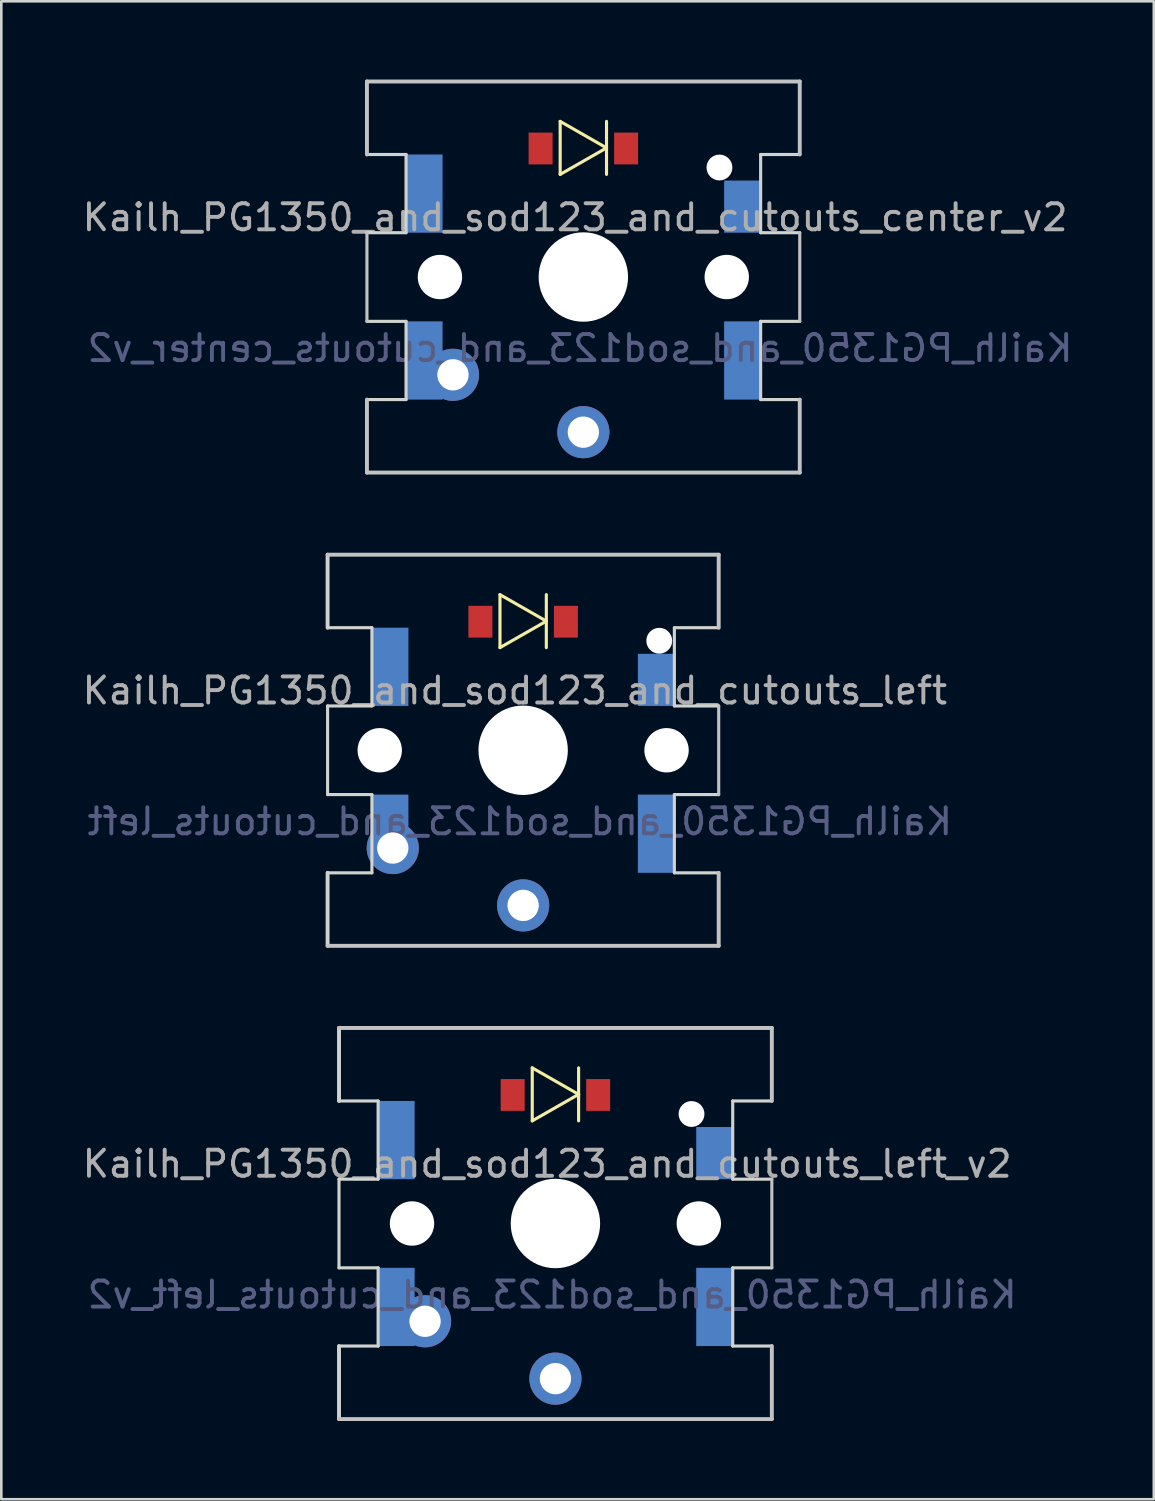
<source format=kicad_pcb>
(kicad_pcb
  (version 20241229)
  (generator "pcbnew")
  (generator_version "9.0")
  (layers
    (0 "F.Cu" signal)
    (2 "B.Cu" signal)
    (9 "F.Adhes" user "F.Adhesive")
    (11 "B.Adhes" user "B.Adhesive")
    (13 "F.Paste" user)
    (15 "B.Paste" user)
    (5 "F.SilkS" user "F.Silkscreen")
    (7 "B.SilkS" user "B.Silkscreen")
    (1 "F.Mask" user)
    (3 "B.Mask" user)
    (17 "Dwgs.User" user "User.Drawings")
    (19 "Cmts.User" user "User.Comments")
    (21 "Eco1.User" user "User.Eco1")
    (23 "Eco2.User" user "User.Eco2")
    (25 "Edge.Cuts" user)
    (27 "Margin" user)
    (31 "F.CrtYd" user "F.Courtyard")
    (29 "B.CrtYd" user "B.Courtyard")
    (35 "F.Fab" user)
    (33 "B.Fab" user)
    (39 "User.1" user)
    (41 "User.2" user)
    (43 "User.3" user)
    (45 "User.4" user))
  (footprint "Kailh_PG1350_and_sod123_and_cutouts_center_v2"
    (layer "F.Cu")
    (at 19.323 7.575)
    (property "Reference" "Kailh_PG1350_and_sod123_and_cutouts_center_v2" (at -0.318 -2.286 0) (layer "F.Fab") (effects (font (size 1 1) (thickness 0.15))))
    (attr smd)
    (fp_line (start -0.889 -5.969) (end -0.889 -3.937) (stroke (width 0.12) (type solid)) (layer "F.SilkS"))
    (fp_line (start -0.889 -5.969) (end 0.889 -4.953) (stroke (width 0.12) (type solid)) (layer "F.SilkS"))
    (fp_line (start 0.889 -4.953) (end -0.889 -3.937) (stroke (width 0.12) (type solid)) (layer "F.SilkS"))
    (fp_line (start 0.889 -3.937) (end 0.889 -5.969) (stroke (width 0.12) (type solid)) (layer "F.SilkS"))
    (fp_line (start -8.3 -7.5) (end 8.3 -7.5) (stroke (width 0.15) (type solid)) (layer "Dwgs.User"))
    (fp_line (start -8.3 -4.7) (end -8.3 -7.5) (stroke (width 0.15) (type solid)) (layer "Dwgs.User"))
    (fp_line (start -8.3 1.7) (end -8.3 -1.7) (stroke (width 0.12) (type solid)) (layer "Dwgs.User"))
    (fp_line (start -8.3 7.5) (end -8.3 4.7) (stroke (width 0.15) (type solid)) (layer "Dwgs.User"))
    (fp_line (start 8.3 -7.5) (end 8.3 -4.7) (stroke (width 0.15) (type solid)) (layer "Dwgs.User"))
    (fp_line (start 8.3 1.7) (end 8.3 -1.7) (stroke (width 0.12) (type solid)) (layer "Dwgs.User"))
    (fp_line (start 8.3 7.5) (end -8.3 7.5) (stroke (width 0.15) (type solid)) (layer "Dwgs.User"))
    (fp_line (start 8.3 7.5) (end 8.3 4.7) (stroke (width 0.15) (type solid)) (layer "Dwgs.User"))
    (fp_line (start -8.3 -4.7) (end -6.8 -4.7) (stroke (width 0.12) (type solid)) (layer "Edge.Cuts"))
    (fp_line (start -8.3 -1.7) (end -6.8 -1.7) (stroke (width 0.12) (type solid)) (layer "Edge.Cuts"))
    (fp_line (start -8.3 1.7) (end -6.8 1.7) (stroke (width 0.12) (type solid)) (layer "Edge.Cuts"))
    (fp_line (start -8.3 4.7) (end -6.8 4.7) (stroke (width 0.12) (type solid)) (layer "Edge.Cuts"))
    (fp_line (start -6.8 -4.7) (end -6.8 -1.7) (stroke (width 0.12) (type solid)) (layer "Edge.Cuts"))
    (fp_line (start -6.8 4.7) (end -6.8 1.7) (stroke (width 0.12) (type solid)) (layer "Edge.Cuts"))
    (fp_line (start 6.8 -4.7) (end 8.3 -4.7) (stroke (width 0.12) (type solid)) (layer "Edge.Cuts"))
    (fp_line (start 6.8 -1.7) (end 6.8 -4.7) (stroke (width 0.12) (type solid)) (layer "Edge.Cuts"))
    (fp_line (start 6.8 -1.7) (end 8.3 -1.7) (stroke (width 0.12) (type solid)) (layer "Edge.Cuts"))
    (fp_line (start 6.8 1.7) (end 8.3 1.7) (stroke (width 0.12) (type solid)) (layer "Edge.Cuts"))
    (fp_line (start 6.8 4.7) (end 6.8 1.7) (stroke (width 0.12) (type solid)) (layer "Edge.Cuts"))
    (fp_line (start 6.8 4.7) (end 8.3 4.7) (stroke (width 0.12) (type solid)) (layer "Edge.Cuts"))
    (fp_text user "${REFERENCE}" (at -0.127 2.731 0) (layer "B.Fab") (effects (font (size 1 1) (thickness 0.15)) (justify mirror)))
    (pad "" np_thru_hole circle (at -5.5 0) (size 1.702 1.702) (drill 1.702) (layers "*.Cu" "*.Mask"))
    (pad "" np_thru_hole circle (at 0 0) (size 3.429 3.429) (drill 3.429) (layers "*.Cu" "*.Mask"))
    (pad "" np_thru_hole circle (at 5.22 -4.2) (size 0.991 0.991) (drill 0.991) (layers "*.Cu" "*.Mask"))
    (pad "" np_thru_hole circle (at 5.5 0) (size 1.702 1.702) (drill 1.702) (layers "*.Cu" "*.Mask"))
    (pad "1" smd rect (at -6.1 -3.2) (size 1.4 3) (layers "B.Cu" "B.Mask" "B.Paste"))
    (pad "1" smd rect (at -6.1 3.2) (size 1.4 3) (layers "B.Cu" "B.Mask" "B.Paste"))
    (pad "1" thru_hole circle (at -5 3.75) (size 2 2) (drill 1.2) (layers "*.Cu" "*.Mask"))
    (pad "2" thru_hole circle (at 0 5.95) (size 2 2) (drill 1.2) (layers "*.Cu" "*.Mask"))
    (pad "A" smd rect (at -1.64 -4.93) (size 0.92 1.22) (layers "F.Cu" "F.Mask" "F.Paste"))
    (pad "K" smd rect (at 1.64 -4.93) (size 0.92 1.22) (layers "F.Cu" "F.Mask" "F.Paste"))
    (pad "K" smd rect (at 6.1 -2.7) (size 1.4 2) (layers "B.Cu" "B.Mask" "B.Paste"))
    (pad "K" smd rect (at 6.1 3.2) (size 1.4 3) (layers "B.Cu" "B.Mask" "B.Paste")))
  (footprint "Kailh_PG1350_and_sod123_and_cutouts_left_v2"
    (layer "F.Cu")
    (at 18.252 43.875)
    (property "Reference" "Kailh_PG1350_and_sod123_and_cutouts_left_v2" (at -0.318 -2.286 0) (layer "F.Fab") (effects (font (size 1 1) (thickness 0.15))))
    (attr smd)
    (fp_line (start -0.889 -5.969) (end -0.889 -3.937) (stroke (width 0.12) (type solid)) (layer "F.SilkS"))
    (fp_line (start -0.889 -5.969) (end 0.889 -4.953) (stroke (width 0.12) (type solid)) (layer "F.SilkS"))
    (fp_line (start 0.889 -4.953) (end -0.889 -3.937) (stroke (width 0.12) (type solid)) (layer "F.SilkS"))
    (fp_line (start 0.889 -3.937) (end 0.889 -5.969) (stroke (width 0.12) (type solid)) (layer "F.SilkS"))
    (fp_line (start -8.3 -7.5) (end 8.3 -7.5) (stroke (width 0.15) (type solid)) (layer "Dwgs.User"))
    (fp_line (start 8.3 -7.5) (end 8.3 -4.7) (stroke (width 0.15) (type solid)) (layer "Dwgs.User"))
    (fp_line (start 8.3 1.7) (end 8.3 -1.7) (stroke (width 0.12) (type solid)) (layer "Dwgs.User"))
    (fp_line (start 8.3 7.5) (end -8.3 7.5) (stroke (width 0.15) (type solid)) (layer "Dwgs.User"))
    (fp_line (start 8.3 7.5) (end 8.3 4.7) (stroke (width 0.15) (type solid)) (layer "Dwgs.User"))
    (fp_line (start -8.3 -4.7) (end -8.3 -7.5) (stroke (width 0.15) (type solid)) (layer "Edge.Cuts"))
    (fp_line (start -8.3 -4.7) (end -6.8 -4.7) (stroke (width 0.12) (type solid)) (layer "Edge.Cuts"))
    (fp_line (start -8.3 -1.7) (end -6.8 -1.7) (stroke (width 0.12) (type solid)) (layer "Edge.Cuts"))
    (fp_line (start -8.3 1.7) (end -8.3 -1.7) (stroke (width 0.12) (type solid)) (layer "Edge.Cuts"))
    (fp_line (start -8.3 1.7) (end -6.8 1.7) (stroke (width 0.12) (type solid)) (layer "Edge.Cuts"))
    (fp_line (start -8.3 4.7) (end -6.8 4.7) (stroke (width 0.12) (type solid)) (layer "Edge.Cuts"))
    (fp_line (start -8.3 7.5) (end -8.3 4.7) (stroke (width 0.15) (type solid)) (layer "Edge.Cuts"))
    (fp_line (start -6.8 -4.7) (end -6.8 -1.7) (stroke (width 0.12) (type solid)) (layer "Edge.Cuts"))
    (fp_line (start -6.8 4.7) (end -6.8 1.7) (stroke (width 0.12) (type solid)) (layer "Edge.Cuts"))
    (fp_line (start 6.8 -4.7) (end 8.3 -4.7) (stroke (width 0.12) (type solid)) (layer "Edge.Cuts"))
    (fp_line (start 6.8 -1.7) (end 6.8 -4.7) (stroke (width 0.12) (type solid)) (layer "Edge.Cuts"))
    (fp_line (start 6.8 -1.7) (end 8.3 -1.7) (stroke (width 0.12) (type solid)) (layer "Edge.Cuts"))
    (fp_line (start 6.8 1.7) (end 8.3 1.7) (stroke (width 0.12) (type solid)) (layer "Edge.Cuts"))
    (fp_line (start 6.8 4.7) (end 6.8 1.7) (stroke (width 0.12) (type solid)) (layer "Edge.Cuts"))
    (fp_line (start 6.8 4.7) (end 8.3 4.7) (stroke (width 0.12) (type solid)) (layer "Edge.Cuts"))
    (fp_text user "${REFERENCE}" (at -0.127 2.731 0) (layer "B.Fab") (effects (font (size 1 1) (thickness 0.15)) (justify mirror)))
    (pad "" np_thru_hole circle (at -5.5 0) (size 1.702 1.702) (drill 1.702) (layers "*.Cu" "*.Mask"))
    (pad "" np_thru_hole circle (at 0 0) (size 3.429 3.429) (drill 3.429) (layers "*.Cu" "*.Mask"))
    (pad "" np_thru_hole circle (at 5.22 -4.2) (size 0.991 0.991) (drill 0.991) (layers "*.Cu" "*.Mask"))
    (pad "" np_thru_hole circle (at 5.5 0) (size 1.702 1.702) (drill 1.702) (layers "*.Cu" "*.Mask"))
    (pad "1" smd rect (at -6.1 -3.2) (size 1.4 3) (layers "B.Cu" "B.Mask" "B.Paste"))
    (pad "1" smd rect (at -6.1 3.2) (size 1.4 3) (layers "B.Cu" "B.Mask" "B.Paste"))
    (pad "1" thru_hole circle (at -5 3.75) (size 2 2) (drill 1.2) (layers "*.Cu" "*.Mask"))
    (pad "2" thru_hole circle (at 0 5.95) (size 2 2) (drill 1.2) (layers "*.Cu" "*.Mask"))
    (pad "A" smd rect (at -1.64 -4.93) (size 0.92 1.22) (layers "F.Cu" "F.Mask" "F.Paste"))
    (pad "K" smd rect (at 1.64 -4.93) (size 0.92 1.22) (layers "F.Cu" "F.Mask" "F.Paste"))
    (pad "K" smd rect (at 6.1 -2.7) (size 1.4 2) (layers "B.Cu" "B.Mask" "B.Paste"))
    (pad "K" smd rect (at 6.1 3.2) (size 1.4 3) (layers "B.Cu" "B.Mask" "B.Paste")))
  (footprint "Kailh_PG1350_and_sod123_and_cutouts_left"
    (layer "F.Cu")
    (at 17.014 25.725)
    (property "Reference" "Kailh_PG1350_and_sod123_and_cutouts_left" (at -0.318 -2.286 0) (layer "F.Fab") (effects (font (size 1 1) (thickness 0.15))))
    (attr smd)
    (fp_line (start -0.889 -5.969) (end -0.889 -3.937) (stroke (width 0.12) (type solid)) (layer "F.SilkS"))
    (fp_line (start -0.889 -5.969) (end 0.889 -4.953) (stroke (width 0.12) (type solid)) (layer "F.SilkS"))
    (fp_line (start 0.889 -4.953) (end -0.889 -3.937) (stroke (width 0.12) (type solid)) (layer "F.SilkS"))
    (fp_line (start 0.889 -3.937) (end 0.889 -5.969) (stroke (width 0.12) (type solid)) (layer "F.SilkS"))
    (fp_line (start -7.5 -7.5) (end 7.5 -7.5) (stroke (width 0.15) (type solid)) (layer "Dwgs.User"))
    (fp_line (start 7.5 -7.5) (end 7.5 -4.7) (stroke (width 0.15) (type solid)) (layer "Dwgs.User"))
    (fp_line (start 7.5 1.7) (end 7.5 -1.7) (stroke (width 0.12) (type solid)) (layer "Dwgs.User"))
    (fp_line (start 7.5 7.5) (end -7.5 7.5) (stroke (width 0.15) (type solid)) (layer "Dwgs.User"))
    (fp_line (start 7.5 7.5) (end 7.5 4.7) (stroke (width 0.15) (type solid)) (layer "Dwgs.User"))
    (fp_line (start -7.5 -4.7) (end -7.5 -7.5) (stroke (width 0.15) (type solid)) (layer "Edge.Cuts"))
    (fp_line (start -7.5 -4.7) (end -5.8 -4.7) (stroke (width 0.12) (type solid)) (layer "Edge.Cuts"))
    (fp_line (start -7.5 -1.7) (end -5.8 -1.7) (stroke (width 0.12) (type solid)) (layer "Edge.Cuts"))
    (fp_line (start -7.5 1.7) (end -7.5 -1.7) (stroke (width 0.12) (type solid)) (layer "Edge.Cuts"))
    (fp_line (start -7.5 1.7) (end -5.8 1.7) (stroke (width 0.12) (type solid)) (layer "Edge.Cuts"))
    (fp_line (start -7.5 4.7) (end -5.8 4.7) (stroke (width 0.12) (type solid)) (layer "Edge.Cuts"))
    (fp_line (start -7.5 7.5) (end -7.5 4.7) (stroke (width 0.15) (type solid)) (layer "Edge.Cuts"))
    (fp_line (start -5.8 -4.7) (end -5.8 -1.7) (stroke (width 0.12) (type solid)) (layer "Edge.Cuts"))
    (fp_line (start -5.8 4.7) (end -5.8 1.7) (stroke (width 0.12) (type solid)) (layer "Edge.Cuts"))
    (fp_line (start 5.8 -4.7) (end 7.5 -4.7) (stroke (width 0.12) (type solid)) (layer "Edge.Cuts"))
    (fp_line (start 5.8 -1.7) (end 5.8 -4.7) (stroke (width 0.12) (type solid)) (layer "Edge.Cuts"))
    (fp_line (start 5.8 -1.7) (end 7.5 -1.7) (stroke (width 0.12) (type solid)) (layer "Edge.Cuts"))
    (fp_line (start 5.8 1.7) (end 7.5 1.7) (stroke (width 0.12) (type solid)) (layer "Edge.Cuts"))
    (fp_line (start 5.8 4.7) (end 5.8 1.7) (stroke (width 0.12) (type solid)) (layer "Edge.Cuts"))
    (fp_line (start 5.8 4.7) (end 7.5 4.7) (stroke (width 0.12) (type solid)) (layer "Edge.Cuts"))
    (fp_text user "${REFERENCE}" (at -0.127 2.731 0) (layer "B.Fab") (effects (font (size 1 1) (thickness 0.15)) (justify mirror)))
    (pad "" np_thru_hole circle (at -5.5 0) (size 1.702 1.702) (drill 1.702) (layers "*.Cu" "*.Mask"))
    (pad "" np_thru_hole circle (at 0 0) (size 3.429 3.429) (drill 3.429) (layers "*.Cu" "*.Mask"))
    (pad "" np_thru_hole circle (at 5.22 -4.2) (size 0.991 0.991) (drill 0.991) (layers "*.Cu" "*.Mask"))
    (pad "" np_thru_hole circle (at 5.5 0) (size 1.702 1.702) (drill 1.702) (layers "*.Cu" "*.Mask"))
    (pad "1" smd rect (at -5.1 -3.2) (size 1.4 3) (layers "B.Cu" "B.Mask" "B.Paste"))
    (pad "1" smd rect (at -5.1 2.4) (size 1.4 1.4) (layers "B.Cu" "B.Mask" "B.Paste"))
    (pad "1" thru_hole circle (at -5 3.75) (size 2 2) (drill 1.2) (layers "*.Cu" "*.Mask"))
    (pad "2" thru_hole circle (at 0 5.95) (size 2 2) (drill 1.2) (layers "*.Cu" "*.Mask"))
    (pad "A" smd rect (at -1.64 -4.93) (size 0.92 1.22) (layers "F.Cu" "F.Mask" "F.Paste"))
    (pad "K" smd rect (at 1.64 -4.93) (size 0.92 1.22) (layers "F.Cu" "F.Mask" "F.Paste"))
    (pad "K" smd rect (at 5.1 -2.7) (size 1.4 2) (layers "B.Cu" "B.Mask" "B.Paste"))
    (pad "K" smd rect (at 5.1 3.2) (size 1.4 3) (layers "B.Cu" "B.Mask" "B.Paste")))
  (gr_rect
    (start -3 -3)
    (end 41.202 54.45)
    (stroke (width 0.1) (type default))
    (fill no)
    (layer "Edge.Cuts")))
</source>
